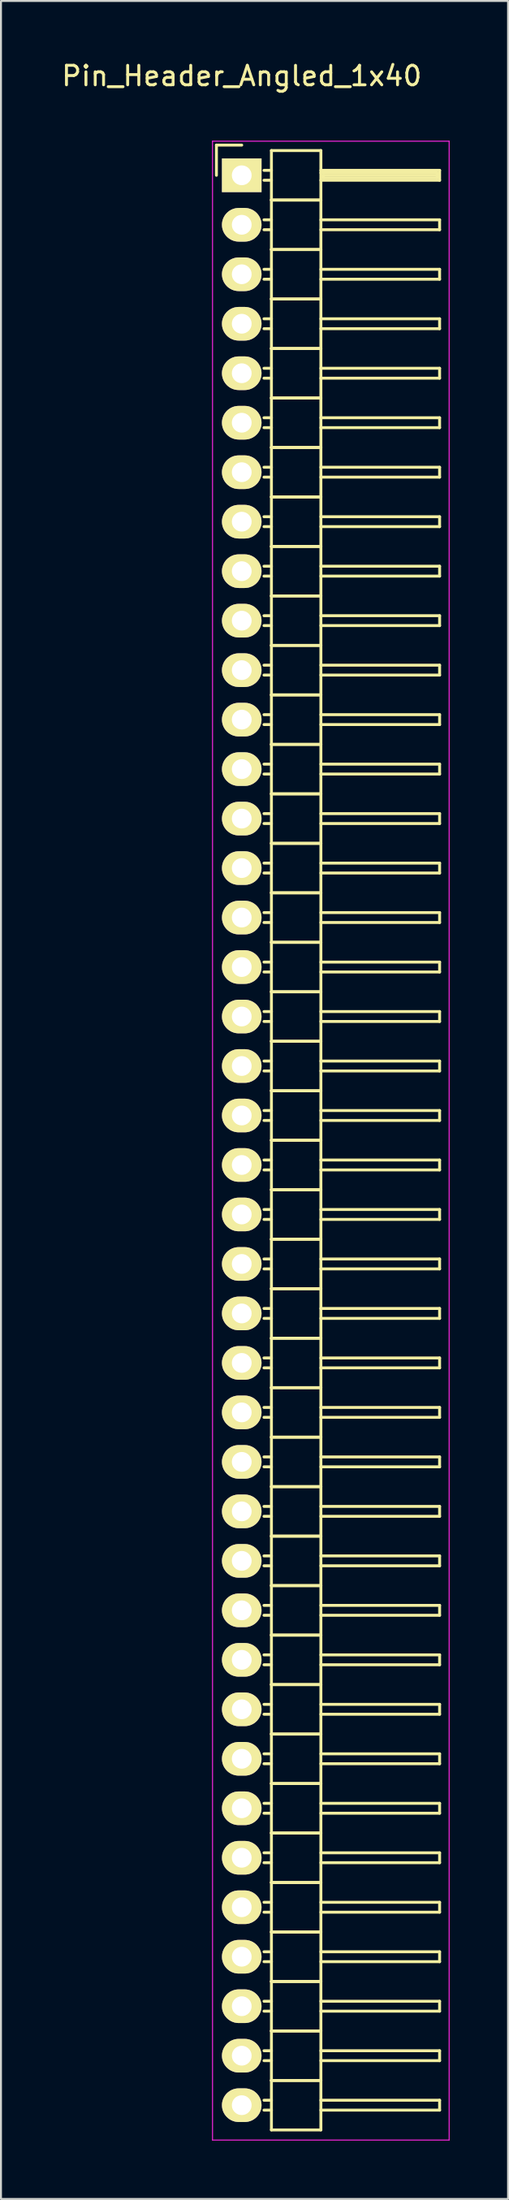
<source format=kicad_pcb>
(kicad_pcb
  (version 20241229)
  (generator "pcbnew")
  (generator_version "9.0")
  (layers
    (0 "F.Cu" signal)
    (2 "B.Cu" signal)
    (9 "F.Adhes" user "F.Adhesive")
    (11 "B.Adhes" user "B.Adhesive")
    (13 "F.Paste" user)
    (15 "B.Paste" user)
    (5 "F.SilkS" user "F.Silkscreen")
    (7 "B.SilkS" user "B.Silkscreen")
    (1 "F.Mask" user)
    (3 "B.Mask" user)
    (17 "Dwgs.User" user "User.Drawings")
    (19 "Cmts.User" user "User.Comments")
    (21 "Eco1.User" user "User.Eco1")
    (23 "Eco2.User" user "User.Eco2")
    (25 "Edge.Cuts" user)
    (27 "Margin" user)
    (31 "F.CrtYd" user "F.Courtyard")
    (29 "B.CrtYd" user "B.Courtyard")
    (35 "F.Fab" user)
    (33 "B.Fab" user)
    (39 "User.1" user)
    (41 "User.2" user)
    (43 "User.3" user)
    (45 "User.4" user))
  (footprint "Pin_Header_Angled_1x40"
    (layer "F.Cu")
    (at 9.363 5.948)
    (property "Reference" "Pin_Header_Angled_1x40" (at 0 -5.1 0) (layer "F.SilkS") (effects (font (size 1 1) (thickness 0.15))))
    (attr through_hole)
    (fp_line (start -1.3 -1.55) (end -1.3 0) (stroke (width 0.15) (type solid)) (layer "F.SilkS"))
    (fp_line (start 0 -1.55) (end -1.3 -1.55) (stroke (width 0.15) (type solid)) (layer "F.SilkS"))
    (fp_line (start 1.524 -1.27) (end 1.524 1.27) (stroke (width 0.15) (type solid)) (layer "F.SilkS"))
    (fp_line (start 1.524 -1.27) (end 4.064 -1.27) (stroke (width 0.15) (type solid)) (layer "F.SilkS"))
    (fp_line (start 1.524 -0.254) (end 1.143 -0.254) (stroke (width 0.15) (type solid)) (layer "F.SilkS"))
    (fp_line (start 1.524 0.254) (end 1.143 0.254) (stroke (width 0.15) (type solid)) (layer "F.SilkS"))
    (fp_line (start 1.524 1.27) (end 1.524 3.81) (stroke (width 0.15) (type solid)) (layer "F.SilkS"))
    (fp_line (start 1.524 1.27) (end 4.064 1.27) (stroke (width 0.15) (type solid)) (layer "F.SilkS"))
    (fp_line (start 1.524 1.27) (end 4.064 1.27) (stroke (width 0.15) (type solid)) (layer "F.SilkS"))
    (fp_line (start 1.524 2.286) (end 1.143 2.286) (stroke (width 0.15) (type solid)) (layer "F.SilkS"))
    (fp_line (start 1.524 2.794) (end 1.143 2.794) (stroke (width 0.15) (type solid)) (layer "F.SilkS"))
    (fp_line (start 1.524 3.81) (end 1.524 6.35) (stroke (width 0.15) (type solid)) (layer "F.SilkS"))
    (fp_line (start 1.524 3.81) (end 4.064 3.81) (stroke (width 0.15) (type solid)) (layer "F.SilkS"))
    (fp_line (start 1.524 3.81) (end 4.064 3.81) (stroke (width 0.15) (type solid)) (layer "F.SilkS"))
    (fp_line (start 1.524 4.826) (end 1.143 4.826) (stroke (width 0.15) (type solid)) (layer "F.SilkS"))
    (fp_line (start 1.524 5.334) (end 1.143 5.334) (stroke (width 0.15) (type solid)) (layer "F.SilkS"))
    (fp_line (start 1.524 6.35) (end 1.524 8.89) (stroke (width 0.15) (type solid)) (layer "F.SilkS"))
    (fp_line (start 1.524 6.35) (end 4.064 6.35) (stroke (width 0.15) (type solid)) (layer "F.SilkS"))
    (fp_line (start 1.524 6.35) (end 4.064 6.35) (stroke (width 0.15) (type solid)) (layer "F.SilkS"))
    (fp_line (start 1.524 7.366) (end 1.143 7.366) (stroke (width 0.15) (type solid)) (layer "F.SilkS"))
    (fp_line (start 1.524 7.874) (end 1.143 7.874) (stroke (width 0.15) (type solid)) (layer "F.SilkS"))
    (fp_line (start 1.524 8.89) (end 1.524 11.43) (stroke (width 0.15) (type solid)) (layer "F.SilkS"))
    (fp_line (start 1.524 8.89) (end 4.064 8.89) (stroke (width 0.15) (type solid)) (layer "F.SilkS"))
    (fp_line (start 1.524 8.89) (end 4.064 8.89) (stroke (width 0.15) (type solid)) (layer "F.SilkS"))
    (fp_line (start 1.524 9.906) (end 1.143 9.906) (stroke (width 0.15) (type solid)) (layer "F.SilkS"))
    (fp_line (start 1.524 10.414) (end 1.143 10.414) (stroke (width 0.15) (type solid)) (layer "F.SilkS"))
    (fp_line (start 1.524 11.43) (end 1.524 13.97) (stroke (width 0.15) (type solid)) (layer "F.SilkS"))
    (fp_line (start 1.524 11.43) (end 4.064 11.43) (stroke (width 0.15) (type solid)) (layer "F.SilkS"))
    (fp_line (start 1.524 11.43) (end 4.064 11.43) (stroke (width 0.15) (type solid)) (layer "F.SilkS"))
    (fp_line (start 1.524 12.446) (end 1.143 12.446) (stroke (width 0.15) (type solid)) (layer "F.SilkS"))
    (fp_line (start 1.524 12.954) (end 1.143 12.954) (stroke (width 0.15) (type solid)) (layer "F.SilkS"))
    (fp_line (start 1.524 13.97) (end 1.524 16.51) (stroke (width 0.15) (type solid)) (layer "F.SilkS"))
    (fp_line (start 1.524 13.97) (end 4.064 13.97) (stroke (width 0.15) (type solid)) (layer "F.SilkS"))
    (fp_line (start 1.524 13.97) (end 4.064 13.97) (stroke (width 0.15) (type solid)) (layer "F.SilkS"))
    (fp_line (start 1.524 14.986) (end 1.143 14.986) (stroke (width 0.15) (type solid)) (layer "F.SilkS"))
    (fp_line (start 1.524 15.494) (end 1.143 15.494) (stroke (width 0.15) (type solid)) (layer "F.SilkS"))
    (fp_line (start 1.524 16.51) (end 1.524 19.05) (stroke (width 0.15) (type solid)) (layer "F.SilkS"))
    (fp_line (start 1.524 16.51) (end 4.064 16.51) (stroke (width 0.15) (type solid)) (layer "F.SilkS"))
    (fp_line (start 1.524 16.51) (end 4.064 16.51) (stroke (width 0.15) (type solid)) (layer "F.SilkS"))
    (fp_line (start 1.524 17.526) (end 1.143 17.526) (stroke (width 0.15) (type solid)) (layer "F.SilkS"))
    (fp_line (start 1.524 18.034) (end 1.143 18.034) (stroke (width 0.15) (type solid)) (layer "F.SilkS"))
    (fp_line (start 1.524 19.05) (end 1.524 21.59) (stroke (width 0.15) (type solid)) (layer "F.SilkS"))
    (fp_line (start 1.524 19.05) (end 4.064 19.05) (stroke (width 0.15) (type solid)) (layer "F.SilkS"))
    (fp_line (start 1.524 19.05) (end 4.064 19.05) (stroke (width 0.15) (type solid)) (layer "F.SilkS"))
    (fp_line (start 1.524 20.066) (end 1.143 20.066) (stroke (width 0.15) (type solid)) (layer "F.SilkS"))
    (fp_line (start 1.524 20.574) (end 1.143 20.574) (stroke (width 0.15) (type solid)) (layer "F.SilkS"))
    (fp_line (start 1.524 21.59) (end 1.524 24.13) (stroke (width 0.15) (type solid)) (layer "F.SilkS"))
    (fp_line (start 1.524 21.59) (end 4.064 21.59) (stroke (width 0.15) (type solid)) (layer "F.SilkS"))
    (fp_line (start 1.524 21.59) (end 4.064 21.59) (stroke (width 0.15) (type solid)) (layer "F.SilkS"))
    (fp_line (start 1.524 22.606) (end 1.143 22.606) (stroke (width 0.15) (type solid)) (layer "F.SilkS"))
    (fp_line (start 1.524 23.114) (end 1.143 23.114) (stroke (width 0.15) (type solid)) (layer "F.SilkS"))
    (fp_line (start 1.524 24.13) (end 1.524 26.67) (stroke (width 0.15) (type solid)) (layer "F.SilkS"))
    (fp_line (start 1.524 24.13) (end 4.064 24.13) (stroke (width 0.15) (type solid)) (layer "F.SilkS"))
    (fp_line (start 1.524 24.13) (end 4.064 24.13) (stroke (width 0.15) (type solid)) (layer "F.SilkS"))
    (fp_line (start 1.524 25.146) (end 1.143 25.146) (stroke (width 0.15) (type solid)) (layer "F.SilkS"))
    (fp_line (start 1.524 25.654) (end 1.143 25.654) (stroke (width 0.15) (type solid)) (layer "F.SilkS"))
    (fp_line (start 1.524 26.67) (end 1.524 29.21) (stroke (width 0.15) (type solid)) (layer "F.SilkS"))
    (fp_line (start 1.524 26.67) (end 4.064 26.67) (stroke (width 0.15) (type solid)) (layer "F.SilkS"))
    (fp_line (start 1.524 26.67) (end 4.064 26.67) (stroke (width 0.15) (type solid)) (layer "F.SilkS"))
    (fp_line (start 1.524 27.686) (end 1.143 27.686) (stroke (width 0.15) (type solid)) (layer "F.SilkS"))
    (fp_line (start 1.524 28.194) (end 1.143 28.194) (stroke (width 0.15) (type solid)) (layer "F.SilkS"))
    (fp_line (start 1.524 29.21) (end 1.524 31.75) (stroke (width 0.15) (type solid)) (layer "F.SilkS"))
    (fp_line (start 1.524 29.21) (end 4.064 29.21) (stroke (width 0.15) (type solid)) (layer "F.SilkS"))
    (fp_line (start 1.524 29.21) (end 4.064 29.21) (stroke (width 0.15) (type solid)) (layer "F.SilkS"))
    (fp_line (start 1.524 30.226) (end 1.143 30.226) (stroke (width 0.15) (type solid)) (layer "F.SilkS"))
    (fp_line (start 1.524 30.734) (end 1.143 30.734) (stroke (width 0.15) (type solid)) (layer "F.SilkS"))
    (fp_line (start 1.524 31.75) (end 1.524 34.29) (stroke (width 0.15) (type solid)) (layer "F.SilkS"))
    (fp_line (start 1.524 31.75) (end 4.064 31.75) (stroke (width 0.15) (type solid)) (layer "F.SilkS"))
    (fp_line (start 1.524 31.75) (end 4.064 31.75) (stroke (width 0.15) (type solid)) (layer "F.SilkS"))
    (fp_line (start 1.524 32.766) (end 1.143 32.766) (stroke (width 0.15) (type solid)) (layer "F.SilkS"))
    (fp_line (start 1.524 33.274) (end 1.143 33.274) (stroke (width 0.15) (type solid)) (layer "F.SilkS"))
    (fp_line (start 1.524 34.29) (end 1.524 36.83) (stroke (width 0.15) (type solid)) (layer "F.SilkS"))
    (fp_line (start 1.524 34.29) (end 4.064 34.29) (stroke (width 0.15) (type solid)) (layer "F.SilkS"))
    (fp_line (start 1.524 34.29) (end 4.064 34.29) (stroke (width 0.15) (type solid)) (layer "F.SilkS"))
    (fp_line (start 1.524 35.306) (end 1.143 35.306) (stroke (width 0.15) (type solid)) (layer "F.SilkS"))
    (fp_line (start 1.524 35.814) (end 1.143 35.814) (stroke (width 0.15) (type solid)) (layer "F.SilkS"))
    (fp_line (start 1.524 36.83) (end 1.524 39.37) (stroke (width 0.15) (type solid)) (layer "F.SilkS"))
    (fp_line (start 1.524 36.83) (end 4.064 36.83) (stroke (width 0.15) (type solid)) (layer "F.SilkS"))
    (fp_line (start 1.524 36.83) (end 4.064 36.83) (stroke (width 0.15) (type solid)) (layer "F.SilkS"))
    (fp_line (start 1.524 37.846) (end 1.143 37.846) (stroke (width 0.15) (type solid)) (layer "F.SilkS"))
    (fp_line (start 1.524 38.354) (end 1.143 38.354) (stroke (width 0.15) (type solid)) (layer "F.SilkS"))
    (fp_line (start 1.524 39.37) (end 1.524 41.91) (stroke (width 0.15) (type solid)) (layer "F.SilkS"))
    (fp_line (start 1.524 39.37) (end 4.064 39.37) (stroke (width 0.15) (type solid)) (layer "F.SilkS"))
    (fp_line (start 1.524 39.37) (end 4.064 39.37) (stroke (width 0.15) (type solid)) (layer "F.SilkS"))
    (fp_line (start 1.524 40.386) (end 1.143 40.386) (stroke (width 0.15) (type solid)) (layer "F.SilkS"))
    (fp_line (start 1.524 40.894) (end 1.143 40.894) (stroke (width 0.15) (type solid)) (layer "F.SilkS"))
    (fp_line (start 1.524 41.91) (end 1.524 44.45) (stroke (width 0.15) (type solid)) (layer "F.SilkS"))
    (fp_line (start 1.524 41.91) (end 4.064 41.91) (stroke (width 0.15) (type solid)) (layer "F.SilkS"))
    (fp_line (start 1.524 41.91) (end 4.064 41.91) (stroke (width 0.15) (type solid)) (layer "F.SilkS"))
    (fp_line (start 1.524 42.926) (end 1.143 42.926) (stroke (width 0.15) (type solid)) (layer "F.SilkS"))
    (fp_line (start 1.524 43.434) (end 1.143 43.434) (stroke (width 0.15) (type solid)) (layer "F.SilkS"))
    (fp_line (start 1.524 44.45) (end 1.524 46.99) (stroke (width 0.15) (type solid)) (layer "F.SilkS"))
    (fp_line (start 1.524 44.45) (end 4.064 44.45) (stroke (width 0.15) (type solid)) (layer "F.SilkS"))
    (fp_line (start 1.524 44.45) (end 4.064 44.45) (stroke (width 0.15) (type solid)) (layer "F.SilkS"))
    (fp_line (start 1.524 45.466) (end 1.143 45.466) (stroke (width 0.15) (type solid)) (layer "F.SilkS"))
    (fp_line (start 1.524 45.974) (end 1.143 45.974) (stroke (width 0.15) (type solid)) (layer "F.SilkS"))
    (fp_line (start 1.524 46.99) (end 1.524 49.53) (stroke (width 0.15) (type solid)) (layer "F.SilkS"))
    (fp_line (start 1.524 46.99) (end 4.064 46.99) (stroke (width 0.15) (type solid)) (layer "F.SilkS"))
    (fp_line (start 1.524 46.99) (end 4.064 46.99) (stroke (width 0.15) (type solid)) (layer "F.SilkS"))
    (fp_line (start 1.524 48.006) (end 1.143 48.006) (stroke (width 0.15) (type solid)) (layer "F.SilkS"))
    (fp_line (start 1.524 48.514) (end 1.143 48.514) (stroke (width 0.15) (type solid)) (layer "F.SilkS"))
    (fp_line (start 1.524 49.53) (end 1.524 52.07) (stroke (width 0.15) (type solid)) (layer "F.SilkS"))
    (fp_line (start 1.524 49.53) (end 4.064 49.53) (stroke (width 0.15) (type solid)) (layer "F.SilkS"))
    (fp_line (start 1.524 49.53) (end 4.064 49.53) (stroke (width 0.15) (type solid)) (layer "F.SilkS"))
    (fp_line (start 1.524 50.546) (end 1.143 50.546) (stroke (width 0.15) (type solid)) (layer "F.SilkS"))
    (fp_line (start 1.524 51.054) (end 1.143 51.054) (stroke (width 0.15) (type solid)) (layer "F.SilkS"))
    (fp_line (start 1.524 52.07) (end 1.524 54.61) (stroke (width 0.15) (type solid)) (layer "F.SilkS"))
    (fp_line (start 1.524 52.07) (end 4.064 52.07) (stroke (width 0.15) (type solid)) (layer "F.SilkS"))
    (fp_line (start 1.524 52.07) (end 4.064 52.07) (stroke (width 0.15) (type solid)) (layer "F.SilkS"))
    (fp_line (start 1.524 53.086) (end 1.143 53.086) (stroke (width 0.15) (type solid)) (layer "F.SilkS"))
    (fp_line (start 1.524 53.594) (end 1.143 53.594) (stroke (width 0.15) (type solid)) (layer "F.SilkS"))
    (fp_line (start 1.524 54.61) (end 1.524 57.15) (stroke (width 0.15) (type solid)) (layer "F.SilkS"))
    (fp_line (start 1.524 54.61) (end 4.064 54.61) (stroke (width 0.15) (type solid)) (layer "F.SilkS"))
    (fp_line (start 1.524 54.61) (end 4.064 54.61) (stroke (width 0.15) (type solid)) (layer "F.SilkS"))
    (fp_line (start 1.524 55.626) (end 1.143 55.626) (stroke (width 0.15) (type solid)) (layer "F.SilkS"))
    (fp_line (start 1.524 56.134) (end 1.143 56.134) (stroke (width 0.15) (type solid)) (layer "F.SilkS"))
    (fp_line (start 1.524 57.15) (end 1.524 59.69) (stroke (width 0.15) (type solid)) (layer "F.SilkS"))
    (fp_line (start 1.524 57.15) (end 4.064 57.15) (stroke (width 0.15) (type solid)) (layer "F.SilkS"))
    (fp_line (start 1.524 57.15) (end 4.064 57.15) (stroke (width 0.15) (type solid)) (layer "F.SilkS"))
    (fp_line (start 1.524 58.166) (end 1.143 58.166) (stroke (width 0.15) (type solid)) (layer "F.SilkS"))
    (fp_line (start 1.524 58.674) (end 1.143 58.674) (stroke (width 0.15) (type solid)) (layer "F.SilkS"))
    (fp_line (start 1.524 59.69) (end 1.524 62.23) (stroke (width 0.15) (type solid)) (layer "F.SilkS"))
    (fp_line (start 1.524 59.69) (end 4.064 59.69) (stroke (width 0.15) (type solid)) (layer "F.SilkS"))
    (fp_line (start 1.524 59.69) (end 4.064 59.69) (stroke (width 0.15) (type solid)) (layer "F.SilkS"))
    (fp_line (start 1.524 60.706) (end 1.143 60.706) (stroke (width 0.15) (type solid)) (layer "F.SilkS"))
    (fp_line (start 1.524 61.214) (end 1.143 61.214) (stroke (width 0.15) (type solid)) (layer "F.SilkS"))
    (fp_line (start 1.524 62.23) (end 1.524 64.77) (stroke (width 0.15) (type solid)) (layer "F.SilkS"))
    (fp_line (start 1.524 62.23) (end 4.064 62.23) (stroke (width 0.15) (type solid)) (layer "F.SilkS"))
    (fp_line (start 1.524 62.23) (end 4.064 62.23) (stroke (width 0.15) (type solid)) (layer "F.SilkS"))
    (fp_line (start 1.524 63.246) (end 1.143 63.246) (stroke (width 0.15) (type solid)) (layer "F.SilkS"))
    (fp_line (start 1.524 63.754) (end 1.143 63.754) (stroke (width 0.15) (type solid)) (layer "F.SilkS"))
    (fp_line (start 1.524 64.77) (end 1.524 67.31) (stroke (width 0.15) (type solid)) (layer "F.SilkS"))
    (fp_line (start 1.524 64.77) (end 4.064 64.77) (stroke (width 0.15) (type solid)) (layer "F.SilkS"))
    (fp_line (start 1.524 64.77) (end 4.064 64.77) (stroke (width 0.15) (type solid)) (layer "F.SilkS"))
    (fp_line (start 1.524 65.786) (end 1.143 65.786) (stroke (width 0.15) (type solid)) (layer "F.SilkS"))
    (fp_line (start 1.524 66.294) (end 1.143 66.294) (stroke (width 0.15) (type solid)) (layer "F.SilkS"))
    (fp_line (start 1.524 67.31) (end 1.524 69.85) (stroke (width 0.15) (type solid)) (layer "F.SilkS"))
    (fp_line (start 1.524 67.31) (end 4.064 67.31) (stroke (width 0.15) (type solid)) (layer "F.SilkS"))
    (fp_line (start 1.524 67.31) (end 4.064 67.31) (stroke (width 0.15) (type solid)) (layer "F.SilkS"))
    (fp_line (start 1.524 68.326) (end 1.143 68.326) (stroke (width 0.15) (type solid)) (layer "F.SilkS"))
    (fp_line (start 1.524 68.834) (end 1.143 68.834) (stroke (width 0.15) (type solid)) (layer "F.SilkS"))
    (fp_line (start 1.524 69.85) (end 1.524 72.39) (stroke (width 0.15) (type solid)) (layer "F.SilkS"))
    (fp_line (start 1.524 69.85) (end 4.064 69.85) (stroke (width 0.15) (type solid)) (layer "F.SilkS"))
    (fp_line (start 1.524 69.85) (end 4.064 69.85) (stroke (width 0.15) (type solid)) (layer "F.SilkS"))
    (fp_line (start 1.524 70.866) (end 1.143 70.866) (stroke (width 0.15) (type solid)) (layer "F.SilkS"))
    (fp_line (start 1.524 71.374) (end 1.143 71.374) (stroke (width 0.15) (type solid)) (layer "F.SilkS"))
    (fp_line (start 1.524 72.39) (end 1.524 74.93) (stroke (width 0.15) (type solid)) (layer "F.SilkS"))
    (fp_line (start 1.524 72.39) (end 4.064 72.39) (stroke (width 0.15) (type solid)) (layer "F.SilkS"))
    (fp_line (start 1.524 72.39) (end 4.064 72.39) (stroke (width 0.15) (type solid)) (layer "F.SilkS"))
    (fp_line (start 1.524 73.406) (end 1.143 73.406) (stroke (width 0.15) (type solid)) (layer "F.SilkS"))
    (fp_line (start 1.524 73.914) (end 1.143 73.914) (stroke (width 0.15) (type solid)) (layer "F.SilkS"))
    (fp_line (start 1.524 74.93) (end 1.524 77.47) (stroke (width 0.15) (type solid)) (layer "F.SilkS"))
    (fp_line (start 1.524 74.93) (end 4.064 74.93) (stroke (width 0.15) (type solid)) (layer "F.SilkS"))
    (fp_line (start 1.524 74.93) (end 4.064 74.93) (stroke (width 0.15) (type solid)) (layer "F.SilkS"))
    (fp_line (start 1.524 75.946) (end 1.143 75.946) (stroke (width 0.15) (type solid)) (layer "F.SilkS"))
    (fp_line (start 1.524 76.454) (end 1.143 76.454) (stroke (width 0.15) (type solid)) (layer "F.SilkS"))
    (fp_line (start 1.524 77.47) (end 1.524 80.01) (stroke (width 0.15) (type solid)) (layer "F.SilkS"))
    (fp_line (start 1.524 77.47) (end 4.064 77.47) (stroke (width 0.15) (type solid)) (layer "F.SilkS"))
    (fp_line (start 1.524 77.47) (end 4.064 77.47) (stroke (width 0.15) (type solid)) (layer "F.SilkS"))
    (fp_line (start 1.524 78.486) (end 1.143 78.486) (stroke (width 0.15) (type solid)) (layer "F.SilkS"))
    (fp_line (start 1.524 78.994) (end 1.143 78.994) (stroke (width 0.15) (type solid)) (layer "F.SilkS"))
    (fp_line (start 1.524 80.01) (end 1.524 82.55) (stroke (width 0.15) (type solid)) (layer "F.SilkS"))
    (fp_line (start 1.524 80.01) (end 4.064 80.01) (stroke (width 0.15) (type solid)) (layer "F.SilkS"))
    (fp_line (start 1.524 80.01) (end 4.064 80.01) (stroke (width 0.15) (type solid)) (layer "F.SilkS"))
    (fp_line (start 1.524 81.026) (end 1.143 81.026) (stroke (width 0.15) (type solid)) (layer "F.SilkS"))
    (fp_line (start 1.524 81.534) (end 1.143 81.534) (stroke (width 0.15) (type solid)) (layer "F.SilkS"))
    (fp_line (start 1.524 82.55) (end 1.524 85.09) (stroke (width 0.15) (type solid)) (layer "F.SilkS"))
    (fp_line (start 1.524 82.55) (end 4.064 82.55) (stroke (width 0.15) (type solid)) (layer "F.SilkS"))
    (fp_line (start 1.524 82.55) (end 4.064 82.55) (stroke (width 0.15) (type solid)) (layer "F.SilkS"))
    (fp_line (start 1.524 83.566) (end 1.143 83.566) (stroke (width 0.15) (type solid)) (layer "F.SilkS"))
    (fp_line (start 1.524 84.074) (end 1.143 84.074) (stroke (width 0.15) (type solid)) (layer "F.SilkS"))
    (fp_line (start 1.524 85.09) (end 1.524 87.63) (stroke (width 0.15) (type solid)) (layer "F.SilkS"))
    (fp_line (start 1.524 85.09) (end 4.064 85.09) (stroke (width 0.15) (type solid)) (layer "F.SilkS"))
    (fp_line (start 1.524 85.09) (end 4.064 85.09) (stroke (width 0.15) (type solid)) (layer "F.SilkS"))
    (fp_line (start 1.524 86.106) (end 1.143 86.106) (stroke (width 0.15) (type solid)) (layer "F.SilkS"))
    (fp_line (start 1.524 86.614) (end 1.143 86.614) (stroke (width 0.15) (type solid)) (layer "F.SilkS"))
    (fp_line (start 1.524 87.63) (end 1.524 90.17) (stroke (width 0.15) (type solid)) (layer "F.SilkS"))
    (fp_line (start 1.524 87.63) (end 4.064 87.63) (stroke (width 0.15) (type solid)) (layer "F.SilkS"))
    (fp_line (start 1.524 87.63) (end 4.064 87.63) (stroke (width 0.15) (type solid)) (layer "F.SilkS"))
    (fp_line (start 1.524 88.646) (end 1.143 88.646) (stroke (width 0.15) (type solid)) (layer "F.SilkS"))
    (fp_line (start 1.524 89.154) (end 1.143 89.154) (stroke (width 0.15) (type solid)) (layer "F.SilkS"))
    (fp_line (start 1.524 90.17) (end 1.524 92.71) (stroke (width 0.15) (type solid)) (layer "F.SilkS"))
    (fp_line (start 1.524 90.17) (end 4.064 90.17) (stroke (width 0.15) (type solid)) (layer "F.SilkS"))
    (fp_line (start 1.524 90.17) (end 4.064 90.17) (stroke (width 0.15) (type solid)) (layer "F.SilkS"))
    (fp_line (start 1.524 91.186) (end 1.143 91.186) (stroke (width 0.15) (type solid)) (layer "F.SilkS"))
    (fp_line (start 1.524 91.694) (end 1.143 91.694) (stroke (width 0.15) (type solid)) (layer "F.SilkS"))
    (fp_line (start 1.524 92.71) (end 1.524 95.25) (stroke (width 0.15) (type solid)) (layer "F.SilkS"))
    (fp_line (start 1.524 92.71) (end 4.064 92.71) (stroke (width 0.15) (type solid)) (layer "F.SilkS"))
    (fp_line (start 1.524 92.71) (end 4.064 92.71) (stroke (width 0.15) (type solid)) (layer "F.SilkS"))
    (fp_line (start 1.524 93.726) (end 1.143 93.726) (stroke (width 0.15) (type solid)) (layer "F.SilkS"))
    (fp_line (start 1.524 94.234) (end 1.143 94.234) (stroke (width 0.15) (type solid)) (layer "F.SilkS"))
    (fp_line (start 1.524 95.25) (end 1.524 97.79) (stroke (width 0.15) (type solid)) (layer "F.SilkS"))
    (fp_line (start 1.524 95.25) (end 4.064 95.25) (stroke (width 0.15) (type solid)) (layer "F.SilkS"))
    (fp_line (start 1.524 95.25) (end 4.064 95.25) (stroke (width 0.15) (type solid)) (layer "F.SilkS"))
    (fp_line (start 1.524 96.266) (end 1.143 96.266) (stroke (width 0.15) (type solid)) (layer "F.SilkS"))
    (fp_line (start 1.524 96.774) (end 1.143 96.774) (stroke (width 0.15) (type solid)) (layer "F.SilkS"))
    (fp_line (start 1.524 97.79) (end 1.524 100.33) (stroke (width 0.15) (type solid)) (layer "F.SilkS"))
    (fp_line (start 1.524 97.79) (end 4.064 97.79) (stroke (width 0.15) (type solid)) (layer "F.SilkS"))
    (fp_line (start 1.524 97.79) (end 4.064 97.79) (stroke (width 0.15) (type solid)) (layer "F.SilkS"))
    (fp_line (start 1.524 98.806) (end 1.143 98.806) (stroke (width 0.15) (type solid)) (layer "F.SilkS"))
    (fp_line (start 1.524 99.314) (end 1.143 99.314) (stroke (width 0.15) (type solid)) (layer "F.SilkS"))
    (fp_line (start 1.524 100.33) (end 4.064 100.33) (stroke (width 0.15) (type solid)) (layer "F.SilkS"))
    (fp_line (start 4.064 -0.254) (end 10.16 -0.254) (stroke (width 0.15) (type solid)) (layer "F.SilkS"))
    (fp_line (start 4.064 -0.127) (end 10.033 -0.127) (stroke (width 0.15) (type solid)) (layer "F.SilkS"))
    (fp_line (start 4.064 1.27) (end 4.064 -1.27) (stroke (width 0.15) (type solid)) (layer "F.SilkS"))
    (fp_line (start 4.064 2.286) (end 10.16 2.286) (stroke (width 0.15) (type solid)) (layer "F.SilkS"))
    (fp_line (start 4.064 3.81) (end 4.064 1.27) (stroke (width 0.15) (type solid)) (layer "F.SilkS"))
    (fp_line (start 4.064 4.826) (end 10.16 4.826) (stroke (width 0.15) (type solid)) (layer "F.SilkS"))
    (fp_line (start 4.064 6.35) (end 4.064 3.81) (stroke (width 0.15) (type solid)) (layer "F.SilkS"))
    (fp_line (start 4.064 7.366) (end 10.16 7.366) (stroke (width 0.15) (type solid)) (layer "F.SilkS"))
    (fp_line (start 4.064 8.89) (end 4.064 6.35) (stroke (width 0.15) (type solid)) (layer "F.SilkS"))
    (fp_line (start 4.064 9.906) (end 10.16 9.906) (stroke (width 0.15) (type solid)) (layer "F.SilkS"))
    (fp_line (start 4.064 11.43) (end 4.064 8.89) (stroke (width 0.15) (type solid)) (layer "F.SilkS"))
    (fp_line (start 4.064 12.446) (end 10.16 12.446) (stroke (width 0.15) (type solid)) (layer "F.SilkS"))
    (fp_line (start 4.064 13.97) (end 4.064 11.43) (stroke (width 0.15) (type solid)) (layer "F.SilkS"))
    (fp_line (start 4.064 14.986) (end 10.16 14.986) (stroke (width 0.15) (type solid)) (layer "F.SilkS"))
    (fp_line (start 4.064 16.51) (end 4.064 13.97) (stroke (width 0.15) (type solid)) (layer "F.SilkS"))
    (fp_line (start 4.064 17.526) (end 10.16 17.526) (stroke (width 0.15) (type solid)) (layer "F.SilkS"))
    (fp_line (start 4.064 19.05) (end 4.064 16.51) (stroke (width 0.15) (type solid)) (layer "F.SilkS"))
    (fp_line (start 4.064 20.066) (end 10.16 20.066) (stroke (width 0.15) (type solid)) (layer "F.SilkS"))
    (fp_line (start 4.064 21.59) (end 4.064 19.05) (stroke (width 0.15) (type solid)) (layer "F.SilkS"))
    (fp_line (start 4.064 22.606) (end 10.16 22.606) (stroke (width 0.15) (type solid)) (layer "F.SilkS"))
    (fp_line (start 4.064 24.13) (end 4.064 21.59) (stroke (width 0.15) (type solid)) (layer "F.SilkS"))
    (fp_line (start 4.064 25.146) (end 10.16 25.146) (stroke (width 0.15) (type solid)) (layer "F.SilkS"))
    (fp_line (start 4.064 26.67) (end 4.064 24.13) (stroke (width 0.15) (type solid)) (layer "F.SilkS"))
    (fp_line (start 4.064 27.686) (end 10.16 27.686) (stroke (width 0.15) (type solid)) (layer "F.SilkS"))
    (fp_line (start 4.064 29.21) (end 4.064 26.67) (stroke (width 0.15) (type solid)) (layer "F.SilkS"))
    (fp_line (start 4.064 30.226) (end 10.16 30.226) (stroke (width 0.15) (type solid)) (layer "F.SilkS"))
    (fp_line (start 4.064 31.75) (end 4.064 29.21) (stroke (width 0.15) (type solid)) (layer "F.SilkS"))
    (fp_line (start 4.064 32.766) (end 10.16 32.766) (stroke (width 0.15) (type solid)) (layer "F.SilkS"))
    (fp_line (start 4.064 34.29) (end 4.064 31.75) (stroke (width 0.15) (type solid)) (layer "F.SilkS"))
    (fp_line (start 4.064 35.306) (end 10.16 35.306) (stroke (width 0.15) (type solid)) (layer "F.SilkS"))
    (fp_line (start 4.064 36.83) (end 4.064 34.29) (stroke (width 0.15) (type solid)) (layer "F.SilkS"))
    (fp_line (start 4.064 37.846) (end 10.16 37.846) (stroke (width 0.15) (type solid)) (layer "F.SilkS"))
    (fp_line (start 4.064 39.37) (end 4.064 36.83) (stroke (width 0.15) (type solid)) (layer "F.SilkS"))
    (fp_line (start 4.064 40.386) (end 10.16 40.386) (stroke (width 0.15) (type solid)) (layer "F.SilkS"))
    (fp_line (start 4.064 41.91) (end 4.064 39.37) (stroke (width 0.15) (type solid)) (layer "F.SilkS"))
    (fp_line (start 4.064 42.926) (end 10.16 42.926) (stroke (width 0.15) (type solid)) (layer "F.SilkS"))
    (fp_line (start 4.064 44.45) (end 4.064 41.91) (stroke (width 0.15) (type solid)) (layer "F.SilkS"))
    (fp_line (start 4.064 45.466) (end 10.16 45.466) (stroke (width 0.15) (type solid)) (layer "F.SilkS"))
    (fp_line (start 4.064 46.99) (end 4.064 44.45) (stroke (width 0.15) (type solid)) (layer "F.SilkS"))
    (fp_line (start 4.064 48.006) (end 10.16 48.006) (stroke (width 0.15) (type solid)) (layer "F.SilkS"))
    (fp_line (start 4.064 49.53) (end 4.064 46.99) (stroke (width 0.15) (type solid)) (layer "F.SilkS"))
    (fp_line (start 4.064 50.546) (end 10.16 50.546) (stroke (width 0.15) (type solid)) (layer "F.SilkS"))
    (fp_line (start 4.064 52.07) (end 4.064 49.53) (stroke (width 0.15) (type solid)) (layer "F.SilkS"))
    (fp_line (start 4.064 53.086) (end 10.16 53.086) (stroke (width 0.15) (type solid)) (layer "F.SilkS"))
    (fp_line (start 4.064 54.61) (end 4.064 52.07) (stroke (width 0.15) (type solid)) (layer "F.SilkS"))
    (fp_line (start 4.064 55.626) (end 10.16 55.626) (stroke (width 0.15) (type solid)) (layer "F.SilkS"))
    (fp_line (start 4.064 57.15) (end 4.064 54.61) (stroke (width 0.15) (type solid)) (layer "F.SilkS"))
    (fp_line (start 4.064 58.166) (end 10.16 58.166) (stroke (width 0.15) (type solid)) (layer "F.SilkS"))
    (fp_line (start 4.064 59.69) (end 4.064 57.15) (stroke (width 0.15) (type solid)) (layer "F.SilkS"))
    (fp_line (start 4.064 60.706) (end 10.16 60.706) (stroke (width 0.15) (type solid)) (layer "F.SilkS"))
    (fp_line (start 4.064 62.23) (end 4.064 59.69) (stroke (width 0.15) (type solid)) (layer "F.SilkS"))
    (fp_line (start 4.064 63.246) (end 10.16 63.246) (stroke (width 0.15) (type solid)) (layer "F.SilkS"))
    (fp_line (start 4.064 64.77) (end 4.064 62.23) (stroke (width 0.15) (type solid)) (layer "F.SilkS"))
    (fp_line (start 4.064 65.786) (end 10.16 65.786) (stroke (width 0.15) (type solid)) (layer "F.SilkS"))
    (fp_line (start 4.064 67.31) (end 4.064 64.77) (stroke (width 0.15) (type solid)) (layer "F.SilkS"))
    (fp_line (start 4.064 68.326) (end 10.16 68.326) (stroke (width 0.15) (type solid)) (layer "F.SilkS"))
    (fp_line (start 4.064 69.85) (end 4.064 67.31) (stroke (width 0.15) (type solid)) (layer "F.SilkS"))
    (fp_line (start 4.064 70.866) (end 10.16 70.866) (stroke (width 0.15) (type solid)) (layer "F.SilkS"))
    (fp_line (start 4.064 72.39) (end 4.064 69.85) (stroke (width 0.15) (type solid)) (layer "F.SilkS"))
    (fp_line (start 4.064 73.406) (end 10.16 73.406) (stroke (width 0.15) (type solid)) (layer "F.SilkS"))
    (fp_line (start 4.064 74.93) (end 4.064 72.39) (stroke (width 0.15) (type solid)) (layer "F.SilkS"))
    (fp_line (start 4.064 75.946) (end 10.16 75.946) (stroke (width 0.15) (type solid)) (layer "F.SilkS"))
    (fp_line (start 4.064 77.47) (end 4.064 74.93) (stroke (width 0.15) (type solid)) (layer "F.SilkS"))
    (fp_line (start 4.064 78.486) (end 10.16 78.486) (stroke (width 0.15) (type solid)) (layer "F.SilkS"))
    (fp_line (start 4.064 80.01) (end 4.064 77.47) (stroke (width 0.15) (type solid)) (layer "F.SilkS"))
    (fp_line (start 4.064 81.026) (end 10.16 81.026) (stroke (width 0.15) (type solid)) (layer "F.SilkS"))
    (fp_line (start 4.064 82.55) (end 4.064 80.01) (stroke (width 0.15) (type solid)) (layer "F.SilkS"))
    (fp_line (start 4.064 83.566) (end 10.16 83.566) (stroke (width 0.15) (type solid)) (layer "F.SilkS"))
    (fp_line (start 4.064 85.09) (end 4.064 82.55) (stroke (width 0.15) (type solid)) (layer "F.SilkS"))
    (fp_line (start 4.064 86.106) (end 10.16 86.106) (stroke (width 0.15) (type solid)) (layer "F.SilkS"))
    (fp_line (start 4.064 87.63) (end 4.064 85.09) (stroke (width 0.15) (type solid)) (layer "F.SilkS"))
    (fp_line (start 4.064 88.646) (end 10.16 88.646) (stroke (width 0.15) (type solid)) (layer "F.SilkS"))
    (fp_line (start 4.064 90.17) (end 4.064 87.63) (stroke (width 0.15) (type solid)) (layer "F.SilkS"))
    (fp_line (start 4.064 91.186) (end 10.16 91.186) (stroke (width 0.15) (type solid)) (layer "F.SilkS"))
    (fp_line (start 4.064 92.71) (end 4.064 90.17) (stroke (width 0.15) (type solid)) (layer "F.SilkS"))
    (fp_line (start 4.064 93.726) (end 10.16 93.726) (stroke (width 0.15) (type solid)) (layer "F.SilkS"))
    (fp_line (start 4.064 95.25) (end 4.064 92.71) (stroke (width 0.15) (type solid)) (layer "F.SilkS"))
    (fp_line (start 4.064 96.266) (end 10.16 96.266) (stroke (width 0.15) (type solid)) (layer "F.SilkS"))
    (fp_line (start 4.064 97.79) (end 4.064 95.25) (stroke (width 0.15) (type solid)) (layer "F.SilkS"))
    (fp_line (start 4.064 98.806) (end 10.16 98.806) (stroke (width 0.15) (type solid)) (layer "F.SilkS"))
    (fp_line (start 4.064 100.33) (end 4.064 97.79) (stroke (width 0.15) (type solid)) (layer "F.SilkS"))
    (fp_line (start 4.191 0) (end 10.033 0) (stroke (width 0.15) (type solid)) (layer "F.SilkS"))
    (fp_line (start 4.191 0.127) (end 4.191 0) (stroke (width 0.15) (type solid)) (layer "F.SilkS"))
    (fp_line (start 10.033 -0.127) (end 10.033 0.127) (stroke (width 0.15) (type solid)) (layer "F.SilkS"))
    (fp_line (start 10.033 0.127) (end 4.191 0.127) (stroke (width 0.15) (type solid)) (layer "F.SilkS"))
    (fp_line (start 10.16 -0.254) (end 10.16 0.254) (stroke (width 0.15) (type solid)) (layer "F.SilkS"))
    (fp_line (start 10.16 0.254) (end 4.064 0.254) (stroke (width 0.15) (type solid)) (layer "F.SilkS"))
    (fp_line (start 10.16 2.286) (end 10.16 2.794) (stroke (width 0.15) (type solid)) (layer "F.SilkS"))
    (fp_line (start 10.16 2.794) (end 4.064 2.794) (stroke (width 0.15) (type solid)) (layer "F.SilkS"))
    (fp_line (start 10.16 4.826) (end 10.16 5.334) (stroke (width 0.15) (type solid)) (layer "F.SilkS"))
    (fp_line (start 10.16 5.334) (end 4.064 5.334) (stroke (width 0.15) (type solid)) (layer "F.SilkS"))
    (fp_line (start 10.16 7.366) (end 10.16 7.874) (stroke (width 0.15) (type solid)) (layer "F.SilkS"))
    (fp_line (start 10.16 7.874) (end 4.064 7.874) (stroke (width 0.15) (type solid)) (layer "F.SilkS"))
    (fp_line (start 10.16 9.906) (end 10.16 10.414) (stroke (width 0.15) (type solid)) (layer "F.SilkS"))
    (fp_line (start 10.16 10.414) (end 4.064 10.414) (stroke (width 0.15) (type solid)) (layer "F.SilkS"))
    (fp_line (start 10.16 12.446) (end 10.16 12.954) (stroke (width 0.15) (type solid)) (layer "F.SilkS"))
    (fp_line (start 10.16 12.954) (end 4.064 12.954) (stroke (width 0.15) (type solid)) (layer "F.SilkS"))
    (fp_line (start 10.16 14.986) (end 10.16 15.494) (stroke (width 0.15) (type solid)) (layer "F.SilkS"))
    (fp_line (start 10.16 15.494) (end 4.064 15.494) (stroke (width 0.15) (type solid)) (layer "F.SilkS"))
    (fp_line (start 10.16 17.526) (end 10.16 18.034) (stroke (width 0.15) (type solid)) (layer "F.SilkS"))
    (fp_line (start 10.16 18.034) (end 4.064 18.034) (stroke (width 0.15) (type solid)) (layer "F.SilkS"))
    (fp_line (start 10.16 20.066) (end 10.16 20.574) (stroke (width 0.15) (type solid)) (layer "F.SilkS"))
    (fp_line (start 10.16 20.574) (end 4.064 20.574) (stroke (width 0.15) (type solid)) (layer "F.SilkS"))
    (fp_line (start 10.16 22.606) (end 10.16 23.114) (stroke (width 0.15) (type solid)) (layer "F.SilkS"))
    (fp_line (start 10.16 23.114) (end 4.064 23.114) (stroke (width 0.15) (type solid)) (layer "F.SilkS"))
    (fp_line (start 10.16 25.146) (end 10.16 25.654) (stroke (width 0.15) (type solid)) (layer "F.SilkS"))
    (fp_line (start 10.16 25.654) (end 4.064 25.654) (stroke (width 0.15) (type solid)) (layer "F.SilkS"))
    (fp_line (start 10.16 27.686) (end 10.16 28.194) (stroke (width 0.15) (type solid)) (layer "F.SilkS"))
    (fp_line (start 10.16 28.194) (end 4.064 28.194) (stroke (width 0.15) (type solid)) (layer "F.SilkS"))
    (fp_line (start 10.16 30.226) (end 10.16 30.734) (stroke (width 0.15) (type solid)) (layer "F.SilkS"))
    (fp_line (start 10.16 30.734) (end 4.064 30.734) (stroke (width 0.15) (type solid)) (layer "F.SilkS"))
    (fp_line (start 10.16 32.766) (end 10.16 33.274) (stroke (width 0.15) (type solid)) (layer "F.SilkS"))
    (fp_line (start 10.16 33.274) (end 4.064 33.274) (stroke (width 0.15) (type solid)) (layer "F.SilkS"))
    (fp_line (start 10.16 35.306) (end 10.16 35.814) (stroke (width 0.15) (type solid)) (layer "F.SilkS"))
    (fp_line (start 10.16 35.814) (end 4.064 35.814) (stroke (width 0.15) (type solid)) (layer "F.SilkS"))
    (fp_line (start 10.16 37.846) (end 10.16 38.354) (stroke (width 0.15) (type solid)) (layer "F.SilkS"))
    (fp_line (start 10.16 38.354) (end 4.064 38.354) (stroke (width 0.15) (type solid)) (layer "F.SilkS"))
    (fp_line (start 10.16 40.386) (end 10.16 40.894) (stroke (width 0.15) (type solid)) (layer "F.SilkS"))
    (fp_line (start 10.16 40.894) (end 4.064 40.894) (stroke (width 0.15) (type solid)) (layer "F.SilkS"))
    (fp_line (start 10.16 42.926) (end 10.16 43.434) (stroke (width 0.15) (type solid)) (layer "F.SilkS"))
    (fp_line (start 10.16 43.434) (end 4.064 43.434) (stroke (width 0.15) (type solid)) (layer "F.SilkS"))
    (fp_line (start 10.16 45.466) (end 10.16 45.974) (stroke (width 0.15) (type solid)) (layer "F.SilkS"))
    (fp_line (start 10.16 45.974) (end 4.064 45.974) (stroke (width 0.15) (type solid)) (layer "F.SilkS"))
    (fp_line (start 10.16 48.006) (end 10.16 48.514) (stroke (width 0.15) (type solid)) (layer "F.SilkS"))
    (fp_line (start 10.16 48.514) (end 4.064 48.514) (stroke (width 0.15) (type solid)) (layer "F.SilkS"))
    (fp_line (start 10.16 50.546) (end 10.16 51.054) (stroke (width 0.15) (type solid)) (layer "F.SilkS"))
    (fp_line (start 10.16 51.054) (end 4.064 51.054) (stroke (width 0.15) (type solid)) (layer "F.SilkS"))
    (fp_line (start 10.16 53.086) (end 10.16 53.594) (stroke (width 0.15) (type solid)) (layer "F.SilkS"))
    (fp_line (start 10.16 53.594) (end 4.064 53.594) (stroke (width 0.15) (type solid)) (layer "F.SilkS"))
    (fp_line (start 10.16 55.626) (end 10.16 56.134) (stroke (width 0.15) (type solid)) (layer "F.SilkS"))
    (fp_line (start 10.16 56.134) (end 4.064 56.134) (stroke (width 0.15) (type solid)) (layer "F.SilkS"))
    (fp_line (start 10.16 58.166) (end 10.16 58.674) (stroke (width 0.15) (type solid)) (layer "F.SilkS"))
    (fp_line (start 10.16 58.674) (end 4.064 58.674) (stroke (width 0.15) (type solid)) (layer "F.SilkS"))
    (fp_line (start 10.16 60.706) (end 10.16 61.214) (stroke (width 0.15) (type solid)) (layer "F.SilkS"))
    (fp_line (start 10.16 61.214) (end 4.064 61.214) (stroke (width 0.15) (type solid)) (layer "F.SilkS"))
    (fp_line (start 10.16 63.246) (end 10.16 63.754) (stroke (width 0.15) (type solid)) (layer "F.SilkS"))
    (fp_line (start 10.16 63.754) (end 4.064 63.754) (stroke (width 0.15) (type solid)) (layer "F.SilkS"))
    (fp_line (start 10.16 65.786) (end 10.16 66.294) (stroke (width 0.15) (type solid)) (layer "F.SilkS"))
    (fp_line (start 10.16 66.294) (end 4.064 66.294) (stroke (width 0.15) (type solid)) (layer "F.SilkS"))
    (fp_line (start 10.16 68.326) (end 10.16 68.834) (stroke (width 0.15) (type solid)) (layer "F.SilkS"))
    (fp_line (start 10.16 68.834) (end 4.064 68.834) (stroke (width 0.15) (type solid)) (layer "F.SilkS"))
    (fp_line (start 10.16 70.866) (end 10.16 71.374) (stroke (width 0.15) (type solid)) (layer "F.SilkS"))
    (fp_line (start 10.16 71.374) (end 4.064 71.374) (stroke (width 0.15) (type solid)) (layer "F.SilkS"))
    (fp_line (start 10.16 73.406) (end 10.16 73.914) (stroke (width 0.15) (type solid)) (layer "F.SilkS"))
    (fp_line (start 10.16 73.914) (end 4.064 73.914) (stroke (width 0.15) (type solid)) (layer "F.SilkS"))
    (fp_line (start 10.16 75.946) (end 10.16 76.454) (stroke (width 0.15) (type solid)) (layer "F.SilkS"))
    (fp_line (start 10.16 76.454) (end 4.064 76.454) (stroke (width 0.15) (type solid)) (layer "F.SilkS"))
    (fp_line (start 10.16 78.486) (end 10.16 78.994) (stroke (width 0.15) (type solid)) (layer "F.SilkS"))
    (fp_line (start 10.16 78.994) (end 4.064 78.994) (stroke (width 0.15) (type solid)) (layer "F.SilkS"))
    (fp_line (start 10.16 81.026) (end 10.16 81.534) (stroke (width 0.15) (type solid)) (layer "F.SilkS"))
    (fp_line (start 10.16 81.534) (end 4.064 81.534) (stroke (width 0.15) (type solid)) (layer "F.SilkS"))
    (fp_line (start 10.16 83.566) (end 10.16 84.074) (stroke (width 0.15) (type solid)) (layer "F.SilkS"))
    (fp_line (start 10.16 84.074) (end 4.064 84.074) (stroke (width 0.15) (type solid)) (layer "F.SilkS"))
    (fp_line (start 10.16 86.106) (end 10.16 86.614) (stroke (width 0.15) (type solid)) (layer "F.SilkS"))
    (fp_line (start 10.16 86.614) (end 4.064 86.614) (stroke (width 0.15) (type solid)) (layer "F.SilkS"))
    (fp_line (start 10.16 88.646) (end 10.16 89.154) (stroke (width 0.15) (type solid)) (layer "F.SilkS"))
    (fp_line (start 10.16 89.154) (end 4.064 89.154) (stroke (width 0.15) (type solid)) (layer "F.SilkS"))
    (fp_line (start 10.16 91.186) (end 10.16 91.694) (stroke (width 0.15) (type solid)) (layer "F.SilkS"))
    (fp_line (start 10.16 91.694) (end 4.064 91.694) (stroke (width 0.15) (type solid)) (layer "F.SilkS"))
    (fp_line (start 10.16 93.726) (end 10.16 94.234) (stroke (width 0.15) (type solid)) (layer "F.SilkS"))
    (fp_line (start 10.16 94.234) (end 4.064 94.234) (stroke (width 0.15) (type solid)) (layer "F.SilkS"))
    (fp_line (start 10.16 96.266) (end 10.16 96.774) (stroke (width 0.15) (type solid)) (layer "F.SilkS"))
    (fp_line (start 10.16 96.774) (end 4.064 96.774) (stroke (width 0.15) (type solid)) (layer "F.SilkS"))
    (fp_line (start 10.16 98.806) (end 10.16 99.314) (stroke (width 0.15) (type solid)) (layer "F.SilkS"))
    (fp_line (start 10.16 99.314) (end 4.064 99.314) (stroke (width 0.15) (type solid)) (layer "F.SilkS"))
    (fp_line (start -1.5 -1.75) (end -1.5 100.85) (stroke (width 0.05) (type solid)) (layer "F.CrtYd"))
    (fp_line (start -1.5 -1.75) (end 10.65 -1.75) (stroke (width 0.05) (type solid)) (layer "F.CrtYd"))
    (fp_line (start -1.5 100.85) (end 10.65 100.85) (stroke (width 0.05) (type solid)) (layer "F.CrtYd"))
    (fp_line (start 10.65 -1.75) (end 10.65 100.85) (stroke (width 0.05) (type solid)) (layer "F.CrtYd"))
    (pad "1" thru_hole rect (at 0 0) (size 2.032 1.727) (drill 1.016) (layers "*.Cu" "*.Mask" "F.SilkS"))
    (pad "2" thru_hole oval (at 0 2.54) (size 2.032 1.727) (drill 1.016) (layers "*.Cu" "*.Mask" "F.SilkS"))
    (pad "3" thru_hole oval (at 0 5.08) (size 2.032 1.727) (drill 1.016) (layers "*.Cu" "*.Mask" "F.SilkS"))
    (pad "4" thru_hole oval (at 0 7.62) (size 2.032 1.727) (drill 1.016) (layers "*.Cu" "*.Mask" "F.SilkS"))
    (pad "5" thru_hole oval (at 0 10.16) (size 2.032 1.727) (drill 1.016) (layers "*.Cu" "*.Mask" "F.SilkS"))
    (pad "6" thru_hole oval (at 0 12.7) (size 2.032 1.727) (drill 1.016) (layers "*.Cu" "*.Mask" "F.SilkS"))
    (pad "7" thru_hole oval (at 0 15.24) (size 2.032 1.727) (drill 1.016) (layers "*.Cu" "*.Mask" "F.SilkS"))
    (pad "8" thru_hole oval (at 0 17.78) (size 2.032 1.727) (drill 1.016) (layers "*.Cu" "*.Mask" "F.SilkS"))
    (pad "9" thru_hole oval (at 0 20.32) (size 2.032 1.727) (drill 1.016) (layers "*.Cu" "*.Mask" "F.SilkS"))
    (pad "10" thru_hole oval (at 0 22.86) (size 2.032 1.727) (drill 1.016) (layers "*.Cu" "*.Mask" "F.SilkS"))
    (pad "11" thru_hole oval (at 0 25.4) (size 2.032 1.727) (drill 1.016) (layers "*.Cu" "*.Mask" "F.SilkS"))
    (pad "12" thru_hole oval (at 0 27.94) (size 2.032 1.727) (drill 1.016) (layers "*.Cu" "*.Mask" "F.SilkS"))
    (pad "13" thru_hole oval (at 0 30.48) (size 2.032 1.727) (drill 1.016) (layers "*.Cu" "*.Mask" "F.SilkS"))
    (pad "14" thru_hole oval (at 0 33.02) (size 2.032 1.727) (drill 1.016) (layers "*.Cu" "*.Mask" "F.SilkS"))
    (pad "15" thru_hole oval (at 0 35.56) (size 2.032 1.727) (drill 1.016) (layers "*.Cu" "*.Mask" "F.SilkS"))
    (pad "16" thru_hole oval (at 0 38.1) (size 2.032 1.727) (drill 1.016) (layers "*.Cu" "*.Mask" "F.SilkS"))
    (pad "17" thru_hole oval (at 0 40.64) (size 2.032 1.727) (drill 1.016) (layers "*.Cu" "*.Mask" "F.SilkS"))
    (pad "18" thru_hole oval (at 0 43.18) (size 2.032 1.727) (drill 1.016) (layers "*.Cu" "*.Mask" "F.SilkS"))
    (pad "19" thru_hole oval (at 0 45.72) (size 2.032 1.727) (drill 1.016) (layers "*.Cu" "*.Mask" "F.SilkS"))
    (pad "20" thru_hole oval (at 0 48.26) (size 2.032 1.727) (drill 1.016) (layers "*.Cu" "*.Mask" "F.SilkS"))
    (pad "21" thru_hole oval (at 0 50.8) (size 2.032 1.727) (drill 1.016) (layers "*.Cu" "*.Mask" "F.SilkS"))
    (pad "22" thru_hole oval (at 0 53.34) (size 2.032 1.727) (drill 1.016) (layers "*.Cu" "*.Mask" "F.SilkS"))
    (pad "23" thru_hole oval (at 0 55.88) (size 2.032 1.727) (drill 1.016) (layers "*.Cu" "*.Mask" "F.SilkS"))
    (pad "24" thru_hole oval (at 0 58.42) (size 2.032 1.727) (drill 1.016) (layers "*.Cu" "*.Mask" "F.SilkS"))
    (pad "25" thru_hole oval (at 0 60.96) (size 2.032 1.727) (drill 1.016) (layers "*.Cu" "*.Mask" "F.SilkS"))
    (pad "26" thru_hole oval (at 0 63.5) (size 2.032 1.727) (drill 1.016) (layers "*.Cu" "*.Mask" "F.SilkS"))
    (pad "27" thru_hole oval (at 0 66.04) (size 2.032 1.727) (drill 1.016) (layers "*.Cu" "*.Mask" "F.SilkS"))
    (pad "28" thru_hole oval (at 0 68.58) (size 2.032 1.727) (drill 1.016) (layers "*.Cu" "*.Mask" "F.SilkS"))
    (pad "29" thru_hole oval (at 0 71.12) (size 2.032 1.727) (drill 1.016) (layers "*.Cu" "*.Mask" "F.SilkS"))
    (pad "30" thru_hole oval (at 0 73.66) (size 2.032 1.727) (drill 1.016) (layers "*.Cu" "*.Mask" "F.SilkS"))
    (pad "31" thru_hole oval (at 0 76.2) (size 2.032 1.727) (drill 1.016) (layers "*.Cu" "*.Mask" "F.SilkS"))
    (pad "32" thru_hole oval (at 0 78.74) (size 2.032 1.727) (drill 1.016) (layers "*.Cu" "*.Mask" "F.SilkS"))
    (pad "33" thru_hole oval (at 0 81.28) (size 2.032 1.727) (drill 1.016) (layers "*.Cu" "*.Mask" "F.SilkS"))
    (pad "34" thru_hole oval (at 0 83.82) (size 2.032 1.727) (drill 1.016) (layers "*.Cu" "*.Mask" "F.SilkS"))
    (pad "35" thru_hole oval (at 0 86.36) (size 2.032 1.727) (drill 1.016) (layers "*.Cu" "*.Mask" "F.SilkS"))
    (pad "36" thru_hole oval (at 0 88.9) (size 2.032 1.727) (drill 1.016) (layers "*.Cu" "*.Mask" "F.SilkS"))
    (pad "37" thru_hole oval (at 0 91.44) (size 2.032 1.727) (drill 1.016) (layers "*.Cu" "*.Mask" "F.SilkS"))
    (pad "38" thru_hole oval (at 0 93.98) (size 2.032 1.727) (drill 1.016) (layers "*.Cu" "*.Mask" "F.SilkS"))
    (pad "39" thru_hole oval (at 0 96.52) (size 2.032 1.727) (drill 1.016) (layers "*.Cu" "*.Mask" "F.SilkS"))
    (pad "40" thru_hole oval (at 0 99.06) (size 2.032 1.727) (drill 1.016) (layers "*.Cu" "*.Mask" "F.SilkS")))
  (gr_rect
    (start -3 -3)
    (end 23.038 109.823)
    (stroke (width 0.1) (type default))
    (fill no)
    (layer "Edge.Cuts")))
</source>
